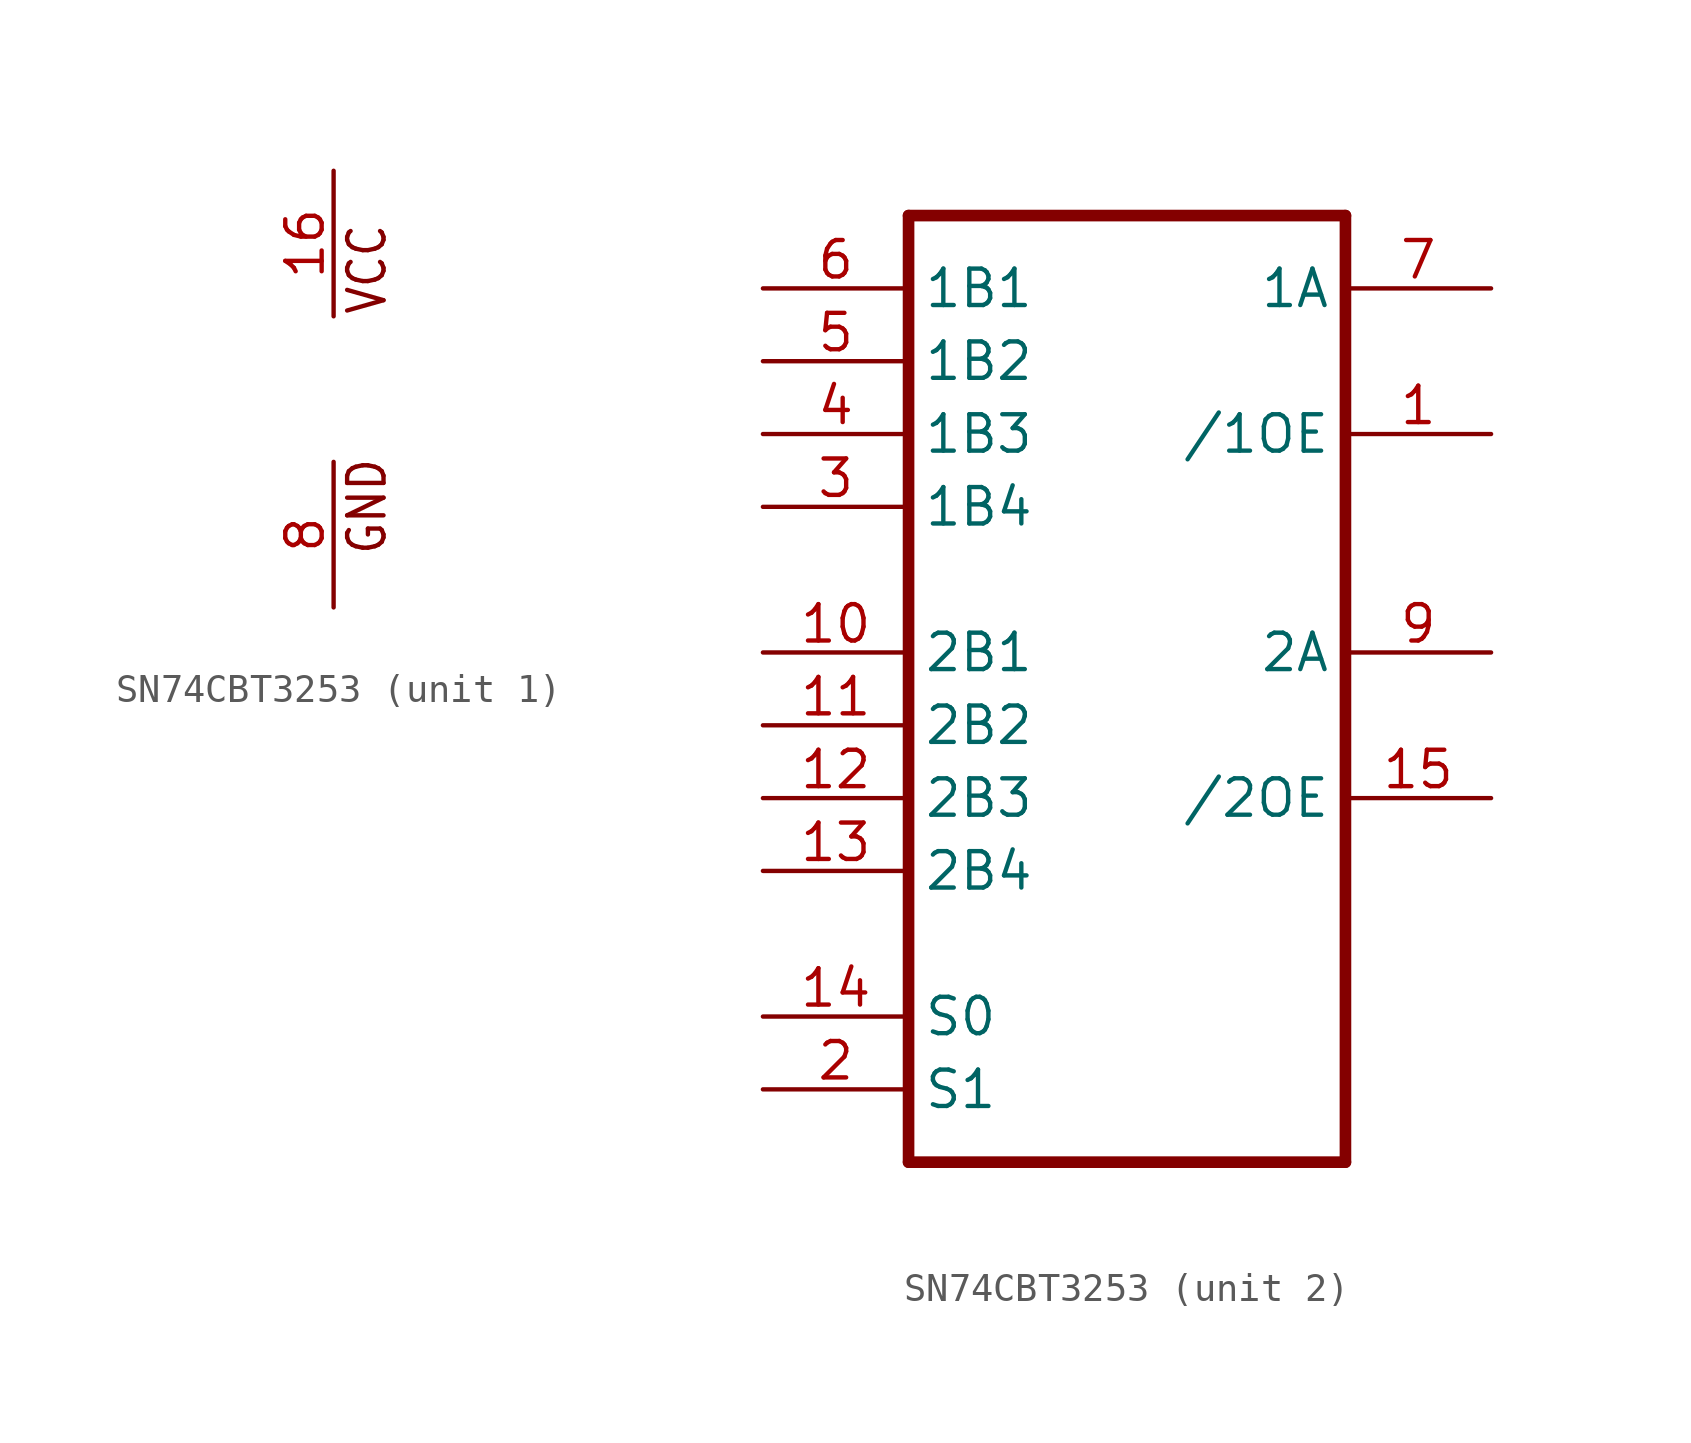
<source format=kicad_sym>
(kicad_symbol_lib
  (version 20231120)
  (generator "kicad_symbol_editor")
  (generator_version "8.0")
  (symbol "SN74CBT3253"
    (property "Reference" ""
      (at -15.24 18.415 0)
      (effects (font (size 1.778 1.511)) (justify left bottom) (hide yes)))
    (property "ki_locked" ""
      (at 0 0 0)
      (effects (font (size 1.27 1.27))))
    (symbol "SN74CBT3253_1_0"
      (text "GND" (at 1.905 -5.842 900) (effects (font (size 1.27 1.079)) (justify left bottom)))
      (text "VCC" (at 1.905 2.54 900) (effects (font (size 1.27 1.079)) (justify left bottom)))
      (pin power_in line (at 0 7.62 270) (length 5.08) (name "VCC" (effects (font (size 0 0)))) (number "16" (effects (font (size 1.27 1.27)))))
      (pin power_in line (at 0 -7.62 90) (length 5.08) (name "GND" (effects (font (size 0 0)))) (number "8" (effects (font (size 1.27 1.27))))))
    (symbol "SN74CBT3253_2_0"
      (polyline (pts (xy -15.24 -15.24) (xy 0 -15.24)) (stroke (width 0.406) (type solid)) (fill (type none)))
      (polyline (pts (xy -15.24 17.78) (xy -15.24 -15.24)) (stroke (width 0.406) (type solid)) (fill (type none)))
      (polyline (pts (xy 0 -15.24) (xy 0 17.78)) (stroke (width 0.406) (type solid)) (fill (type none)))
      (polyline (pts (xy 0 17.78) (xy -15.24 17.78)) (stroke (width 0.406) (type solid)) (fill (type none)))
      (pin bidirectional line (at 5.08 10.16 180) (length 5.08) (name "/1OE" (effects (font (size 1.27 1.27)))) (number "1" (effects (font (size 1.27 1.27)))))
      (pin bidirectional line (at -20.32 2.54 0) (length 5.08) (name "2B1" (effects (font (size 1.27 1.27)))) (number "10" (effects (font (size 1.27 1.27)))))
      (pin bidirectional line (at -20.32 0 0) (length 5.08) (name "2B2" (effects (font (size 1.27 1.27)))) (number "11" (effects (font (size 1.27 1.27)))))
      (pin bidirectional line (at -20.32 -2.54 0) (length 5.08) (name "2B3" (effects (font (size 1.27 1.27)))) (number "12" (effects (font (size 1.27 1.27)))))
      (pin bidirectional line (at -20.32 -5.08 0) (length 5.08) (name "2B4" (effects (font (size 1.27 1.27)))) (number "13" (effects (font (size 1.27 1.27)))))
      (pin input line (at -20.32 -10.16 0) (length 5.08) (name "S0" (effects (font (size 1.27 1.27)))) (number "14" (effects (font (size 1.27 1.27)))))
      (pin bidirectional line (at 5.08 -2.54 180) (length 5.08) (name "/2OE" (effects (font (size 1.27 1.27)))) (number "15" (effects (font (size 1.27 1.27)))))
      (pin input line (at -20.32 -12.7 0) (length 5.08) (name "S1" (effects (font (size 1.27 1.27)))) (number "2" (effects (font (size 1.27 1.27)))))
      (pin bidirectional line (at -20.32 7.62 0) (length 5.08) (name "1B4" (effects (font (size 1.27 1.27)))) (number "3" (effects (font (size 1.27 1.27)))))
      (pin bidirectional line (at -20.32 10.16 0) (length 5.08) (name "1B3" (effects (font (size 1.27 1.27)))) (number "4" (effects (font (size 1.27 1.27)))))
      (pin bidirectional line (at -20.32 12.7 0) (length 5.08) (name "1B2" (effects (font (size 1.27 1.27)))) (number "5" (effects (font (size 1.27 1.27)))))
      (pin bidirectional line (at -20.32 15.24 0) (length 5.08) (name "1B1" (effects (font (size 1.27 1.27)))) (number "6" (effects (font (size 1.27 1.27)))))
      (pin bidirectional line (at 5.08 15.24 180) (length 5.08) (name "1A" (effects (font (size 1.27 1.27)))) (number "7" (effects (font (size 1.27 1.27)))))
      (pin bidirectional line (at 5.08 2.54 180) (length 5.08) (name "2A" (effects (font (size 1.27 1.27)))) (number "9" (effects (font (size 1.27 1.27))))))))
</source>
